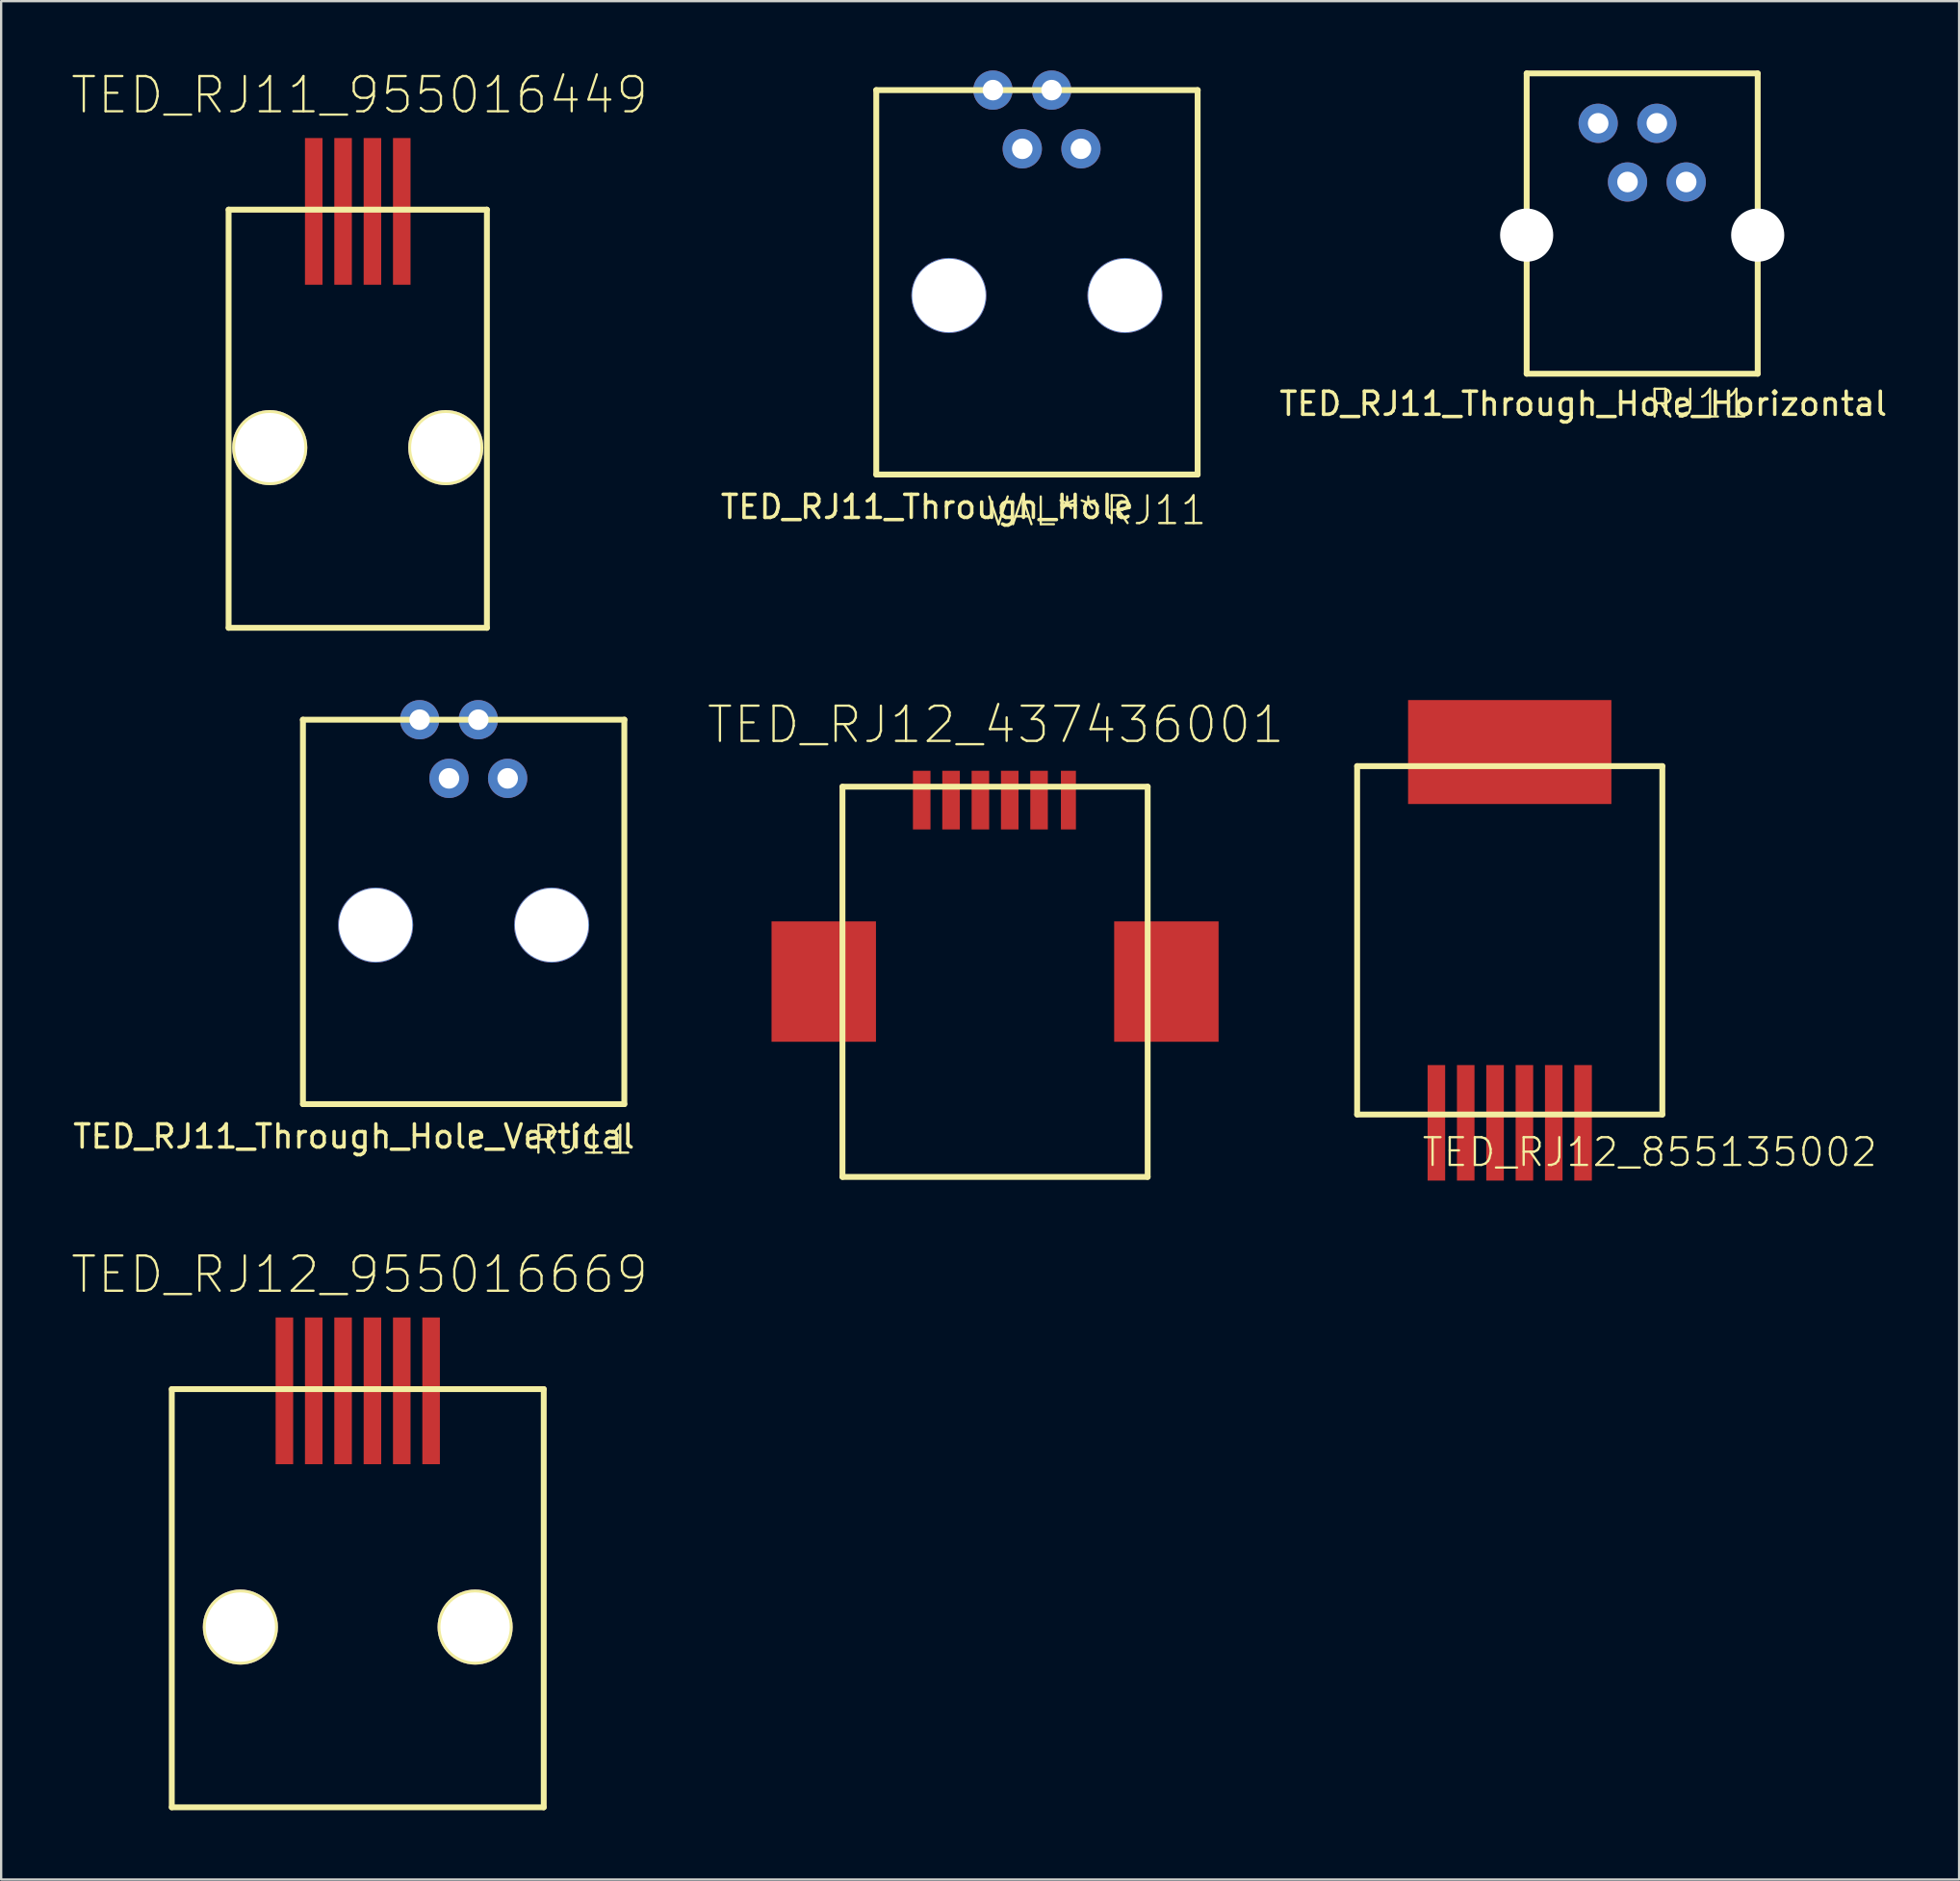
<source format=kicad_pcb>
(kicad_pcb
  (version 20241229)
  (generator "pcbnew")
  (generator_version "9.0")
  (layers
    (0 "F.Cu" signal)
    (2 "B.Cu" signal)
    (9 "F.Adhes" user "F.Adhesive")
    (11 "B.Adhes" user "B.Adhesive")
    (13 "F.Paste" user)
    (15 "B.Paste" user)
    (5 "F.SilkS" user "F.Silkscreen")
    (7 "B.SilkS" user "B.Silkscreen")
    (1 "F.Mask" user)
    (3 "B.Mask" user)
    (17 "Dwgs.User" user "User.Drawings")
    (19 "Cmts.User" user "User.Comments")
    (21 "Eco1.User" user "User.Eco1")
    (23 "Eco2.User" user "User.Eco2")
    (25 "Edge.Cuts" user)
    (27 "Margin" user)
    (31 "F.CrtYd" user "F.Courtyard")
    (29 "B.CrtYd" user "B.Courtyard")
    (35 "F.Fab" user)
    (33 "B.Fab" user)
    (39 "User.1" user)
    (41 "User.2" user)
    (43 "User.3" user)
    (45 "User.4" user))
  (footprint "TED_RJ11_955016449"
    (layer "F.Cu")
    (at 12.435 16.325)
    (property "Reference" "TED_RJ11_955016449" (at 0.08 -15.26 0) (layer "F.SilkS") (effects (font (size 1.524 1.524) (thickness 0.099))))
    (attr through_hole)
    (fp_line (start -5.59 -10.3) (end 5.59 -10.3) (stroke (width 0.254) (type solid)) (layer "F.SilkS"))
    (fp_line (start -5.59 7.8) (end -5.59 -10.3) (stroke (width 0.254) (type solid)) (layer "F.SilkS"))
    (fp_line (start 5.59 -10.3) (end 5.59 7.8) (stroke (width 0.254) (type solid)) (layer "F.SilkS"))
    (fp_line (start 5.59 7.8) (end -5.59 7.8) (stroke (width 0.254) (type solid)) (layer "F.SilkS"))
    (pad "" np_thru_hole circle (at -3.81 0) (size 3.25 3.25) (drill 3) (layers "*.Cu" "*.Mask" "F.SilkS"))
    (pad "" np_thru_hole circle (at 3.81 0) (size 3.25 3.25) (drill 3) (layers "*.Cu" "*.Mask" "F.SilkS"))
    (pad "1" smd rect (at 1.905 -10.225) (size 0.76 6.35) (layers "F.Cu" "F.Mask" "F.Paste"))
    (pad "2" smd rect (at 0.635 -10.225) (size 0.76 6.35) (layers "F.Cu" "F.Mask" "F.Paste"))
    (pad "3" smd rect (at -0.635 -10.225) (size 0.76 6.35) (layers "F.Cu" "F.Mask" "F.Paste"))
    (pad "4" smd rect (at -1.905 -10.225) (size 0.76 6.35) (layers "F.Cu" "F.Mask" "F.Paste")))
  (footprint "TED_RJ11_Through_Hole"
    (layer "F.Cu")
    (at 41.833 9.74)
    (property "Reference" "TED_RJ11_Through_Hole" (at -4.75 9.15 0) (layer "F.SilkS") (effects (font (size 1 1) (thickness 0.15))))
    (attr through_hole)
    (fp_line (start -6.96 -8.89) (end 6.96 -8.89) (stroke (width 0.254) (type solid)) (layer "F.SilkS"))
    (fp_line (start -6.955 7.75) (end -6.955 -8.89) (stroke (width 0.254) (type solid)) (layer "F.SilkS"))
    (fp_line (start 6.955 -8.89) (end 6.955 7.75) (stroke (width 0.254) (type solid)) (layer "F.SilkS"))
    (fp_line (start 6.955 7.75) (end -6.955 7.75) (stroke (width 0.254) (type solid)) (layer "F.SilkS"))
    (fp_text user "VAL**" (at 0.25 9.35 0) (layer "F.SilkS") (effects (font (size 1.2 1.2) (thickness 0.099))))
    (fp_text user "RJ11" (at 5.15 9.3 0) (layer "F.SilkS") (effects (font (size 1.2 1.2) (thickness 0.099))))
    (pad "" np_thru_hole circle (at -3.81 0) (size 3.25 3.25) (drill 3.18) (layers "*.Cu" "*.Mask"))
    (pad "" np_thru_hole circle (at 3.81 0) (size 3.25 3.25) (drill 3.18) (layers "*.Cu" "*.Mask"))
    (pad "1" thru_hole circle (at -1.905 -8.89) (size 1.7 1.7) (drill 0.89) (layers "*.Cu" "*.Mask"))
    (pad "2" thru_hole circle (at -0.635 -6.35) (size 1.7 1.7) (drill 0.89) (layers "*.Cu" "*.Mask"))
    (pad "3" thru_hole circle (at 0.635 -8.89) (size 1.7 1.7) (drill 0.89) (layers "*.Cu" "*.Mask"))
    (pad "4" thru_hole circle (at 1.905 -6.35) (size 1.7 1.7) (drill 0.89) (layers "*.Cu" "*.Mask")))
  (footprint "TED_RJ12_955016669"
    (layer "F.Cu")
    (at 12.435 67.378)
    (property "Reference" "TED_RJ12_955016669" (at 0.08 -15.26 0) (layer "F.SilkS") (effects (font (size 1.524 1.524) (thickness 0.099))))
    (attr through_hole)
    (fp_line (start -8.05 -10.3) (end 8.05 -10.3) (stroke (width 0.254) (type solid)) (layer "F.SilkS"))
    (fp_line (start -8.05 7.8) (end -8.05 -10.3) (stroke (width 0.254) (type solid)) (layer "F.SilkS"))
    (fp_line (start 8.05 -10.3) (end 8.05 7.8) (stroke (width 0.254) (type solid)) (layer "F.SilkS"))
    (fp_line (start 8.05 7.8) (end -8.05 7.8) (stroke (width 0.254) (type solid)) (layer "F.SilkS"))
    (pad "" np_thru_hole circle (at -5.08 0) (size 3.25 3.25) (drill 3) (layers "*.Cu" "*.Mask" "F.SilkS"))
    (pad "" np_thru_hole circle (at 5.08 0) (size 3.25 3.25) (drill 3) (layers "*.Cu" "*.Mask" "F.SilkS"))
    (pad "1" smd rect (at -3.175 -10.225) (size 0.76 6.35) (layers "F.Cu" "F.Mask" "F.Paste"))
    (pad "2" smd rect (at -1.905 -10.225) (size 0.76 6.35) (layers "F.Cu" "F.Mask" "F.Paste"))
    (pad "3" smd rect (at -0.635 -10.225) (size 0.76 6.35) (layers "F.Cu" "F.Mask" "F.Paste"))
    (pad "4" smd rect (at 0.635 -10.225) (size 0.76 6.35) (layers "F.Cu" "F.Mask" "F.Paste"))
    (pad "5" smd rect (at 1.905 -10.225) (size 0.76 6.35) (layers "F.Cu" "F.Mask" "F.Paste"))
    (pad "6" smd rect (at 3.175 -10.225) (size 0.76 6.35) (layers "F.Cu" "F.Mask" "F.Paste")))
  (footprint "TED_RJ11_Through_Hole_Horizontal"
    (layer "F.Cu")
    (at 68.03 7.127)
    (property "Reference" "TED_RJ11_Through_Hole_Horizontal" (at -2.55 7.3 0) (layer "F.SilkS") (effects (font (size 1 1) (thickness 0.15))))
    (attr through_hole)
    (fp_line (start -5 -7) (end 5 -7) (stroke (width 0.254) (type solid)) (layer "F.SilkS"))
    (fp_line (start -5 6) (end -5 -7) (stroke (width 0.254) (type solid)) (layer "F.SilkS"))
    (fp_line (start 5 -7) (end 5 6) (stroke (width 0.254) (type solid)) (layer "F.SilkS"))
    (fp_line (start 5 6) (end -5 6) (stroke (width 0.254) (type solid)) (layer "F.SilkS"))
    (fp_text user "RJ11" (at 2.45 7.3 0) (layer "F.SilkS") (effects (font (size 1.2 1.2) (thickness 0.099))))
    (pad "" np_thru_hole circle (at -5 0) (size 2.3 2.3) (drill 2.3) (layers "*.Cu" "*.Mask"))
    (pad "" np_thru_hole circle (at 5 0) (size 2.3 2.3) (drill 2.3) (layers "*.Cu" "*.Mask"))
    (pad "1" thru_hole circle (at -1.905 -4.84) (size 1.7 1.7) (drill 0.89) (layers "*.Cu" "*.Mask"))
    (pad "2" thru_hole circle (at -0.635 -2.3) (size 1.7 1.7) (drill 0.89) (layers "*.Cu" "*.Mask"))
    (pad "3" thru_hole circle (at 0.635 -4.84) (size 1.7 1.7) (drill 0.89) (layers "*.Cu" "*.Mask"))
    (pad "4" thru_hole circle (at 1.905 -2.3) (size 1.7 1.7) (drill 0.89) (layers "*.Cu" "*.Mask")))
  (footprint "TED_RJ11_Through_Hole_Vertical"
    (layer "F.Cu")
    (at 17.018 36.992)
    (property "Reference" "TED_RJ11_Through_Hole_Vertical" (at -4.75 9.15 0) (layer "F.SilkS") (effects (font (size 1 1) (thickness 0.15))))
    (attr through_hole)
    (fp_line (start -6.96 -8.89) (end 6.96 -8.89) (stroke (width 0.254) (type solid)) (layer "F.SilkS"))
    (fp_line (start -6.955 7.75) (end -6.955 -8.89) (stroke (width 0.254) (type solid)) (layer "F.SilkS"))
    (fp_line (start 6.955 -8.89) (end 6.955 7.75) (stroke (width 0.254) (type solid)) (layer "F.SilkS"))
    (fp_line (start 6.955 7.75) (end -6.955 7.75) (stroke (width 0.254) (type solid)) (layer "F.SilkS"))
    (fp_text user "RJ11" (at 5.15 9.3 0) (layer "F.SilkS") (effects (font (size 1.2 1.2) (thickness 0.099))))
    (pad "" np_thru_hole circle (at -3.81 0) (size 3.25 3.25) (drill 3.18) (layers "*.Cu" "*.Mask"))
    (pad "" np_thru_hole circle (at 3.81 0) (size 3.25 3.25) (drill 3.18) (layers "*.Cu" "*.Mask"))
    (pad "1" thru_hole circle (at -1.905 -8.89) (size 1.7 1.7) (drill 0.89) (layers "*.Cu" "*.Mask"))
    (pad "2" thru_hole circle (at -0.635 -6.35) (size 1.7 1.7) (drill 0.89) (layers "*.Cu" "*.Mask"))
    (pad "3" thru_hole circle (at 0.635 -8.89) (size 1.7 1.7) (drill 0.89) (layers "*.Cu" "*.Mask"))
    (pad "4" thru_hole circle (at 1.905 -6.35) (size 1.7 1.7) (drill 0.89) (layers "*.Cu" "*.Mask")))
  (footprint "TED_RJ12_437436001"
    (layer "F.Cu")
    (at 40.02 39.448)
    (property "Reference" "TED_RJ12_437436001" (at 0.03 -11.13 0) (layer "F.SilkS") (effects (font (size 1.524 1.524) (thickness 0.099))))
    (attr through_hole)
    (fp_line (start -6.605 -8.445) (end 6.605 -8.445) (stroke (width 0.254) (type solid)) (layer "F.SilkS"))
    (fp_line (start -6.605 8.445) (end -6.605 -8.445) (stroke (width 0.254) (type solid)) (layer "F.SilkS"))
    (fp_line (start 6.605 -8.445) (end 6.605 8.445) (stroke (width 0.254) (type solid)) (layer "F.SilkS"))
    (fp_line (start 6.605 8.445) (end -6.605 8.445) (stroke (width 0.254) (type solid)) (layer "F.SilkS"))
    (pad "1" smd rect (at -3.175 -7.865) (size 0.76 2.54) (layers "F.Cu" "F.Mask" "F.Paste"))
    (pad "2" smd rect (at -1.905 -7.865) (size 0.76 2.54) (layers "F.Cu" "F.Mask" "F.Paste"))
    (pad "3" smd rect (at -0.635 -7.865) (size 0.76 2.54) (layers "F.Cu" "F.Mask" "F.Paste"))
    (pad "4" smd rect (at 0.635 -7.865) (size 0.76 2.54) (layers "F.Cu" "F.Mask" "F.Paste"))
    (pad "5" smd rect (at 1.905 -7.865) (size 0.76 2.54) (layers "F.Cu" "F.Mask" "F.Paste"))
    (pad "6" smd rect (at 3.175 -7.865) (size 0.65 2.54) (layers "F.Cu" "F.Mask" "F.Paste"))
    (pad "PAD1" smd rect (at 7.415 -0.01) (size 4.52 5.21) (layers "F.Cu" "F.Mask" "F.Paste"))
    (pad "PAD2" smd rect (at -7.415 -0.01) (size 4.52 5.21) (layers "F.Cu" "F.Mask" "F.Paste")))
  (footprint "TED_RJ12_855135002"
    (layer "F.Cu")
    (at 62.297 37.652)
    (property "Reference" "TED_RJ12_855135002" (at 6.06 9.17 0) (layer "F.SilkS") (effects (font (size 1.2 1.2) (thickness 0.099))))
    (attr through_hole)
    (fp_line (start -6.605 -7.54) (end 6.605 -7.54) (stroke (width 0.254) (type solid)) (layer "F.SilkS"))
    (fp_line (start -6.605 7.54) (end -6.605 -7.54) (stroke (width 0.254) (type solid)) (layer "F.SilkS"))
    (fp_line (start 6.605 -7.54) (end 6.605 7.54) (stroke (width 0.254) (type solid)) (layer "F.SilkS"))
    (fp_line (start 6.605 7.54) (end -6.605 7.54) (stroke (width 0.254) (type solid)) (layer "F.SilkS"))
    (pad "1" smd rect (at 3.175 7.9) (size 0.76 5) (layers "F.Cu" "F.Mask" "F.Paste"))
    (pad "2" smd rect (at 1.905 7.9) (size 0.76 5) (layers "F.Cu" "F.Mask" "F.Paste"))
    (pad "3" smd rect (at 0.635 7.9) (size 0.76 5) (layers "F.Cu" "F.Mask" "F.Paste"))
    (pad "4" smd rect (at -0.635 7.9) (size 0.76 5) (layers "F.Cu" "F.Mask" "F.Paste"))
    (pad "5" smd rect (at -1.905 7.9) (size 0.76 5) (layers "F.Cu" "F.Mask" "F.Paste"))
    (pad "6" smd rect (at -3.175 7.9) (size 0.76 5) (layers "F.Cu" "F.Mask" "F.Paste"))
    (pad "PAD" smd rect (at 0 -8.15) (size 8.8 4.5) (layers "F.Cu" "F.Mask" "F.Paste")))
  (gr_rect
    (start -3 -3)
    (end 81.747 78.305)
    (stroke (width 0.1) (type default))
    (fill no)
    (layer "Edge.Cuts")))
</source>
